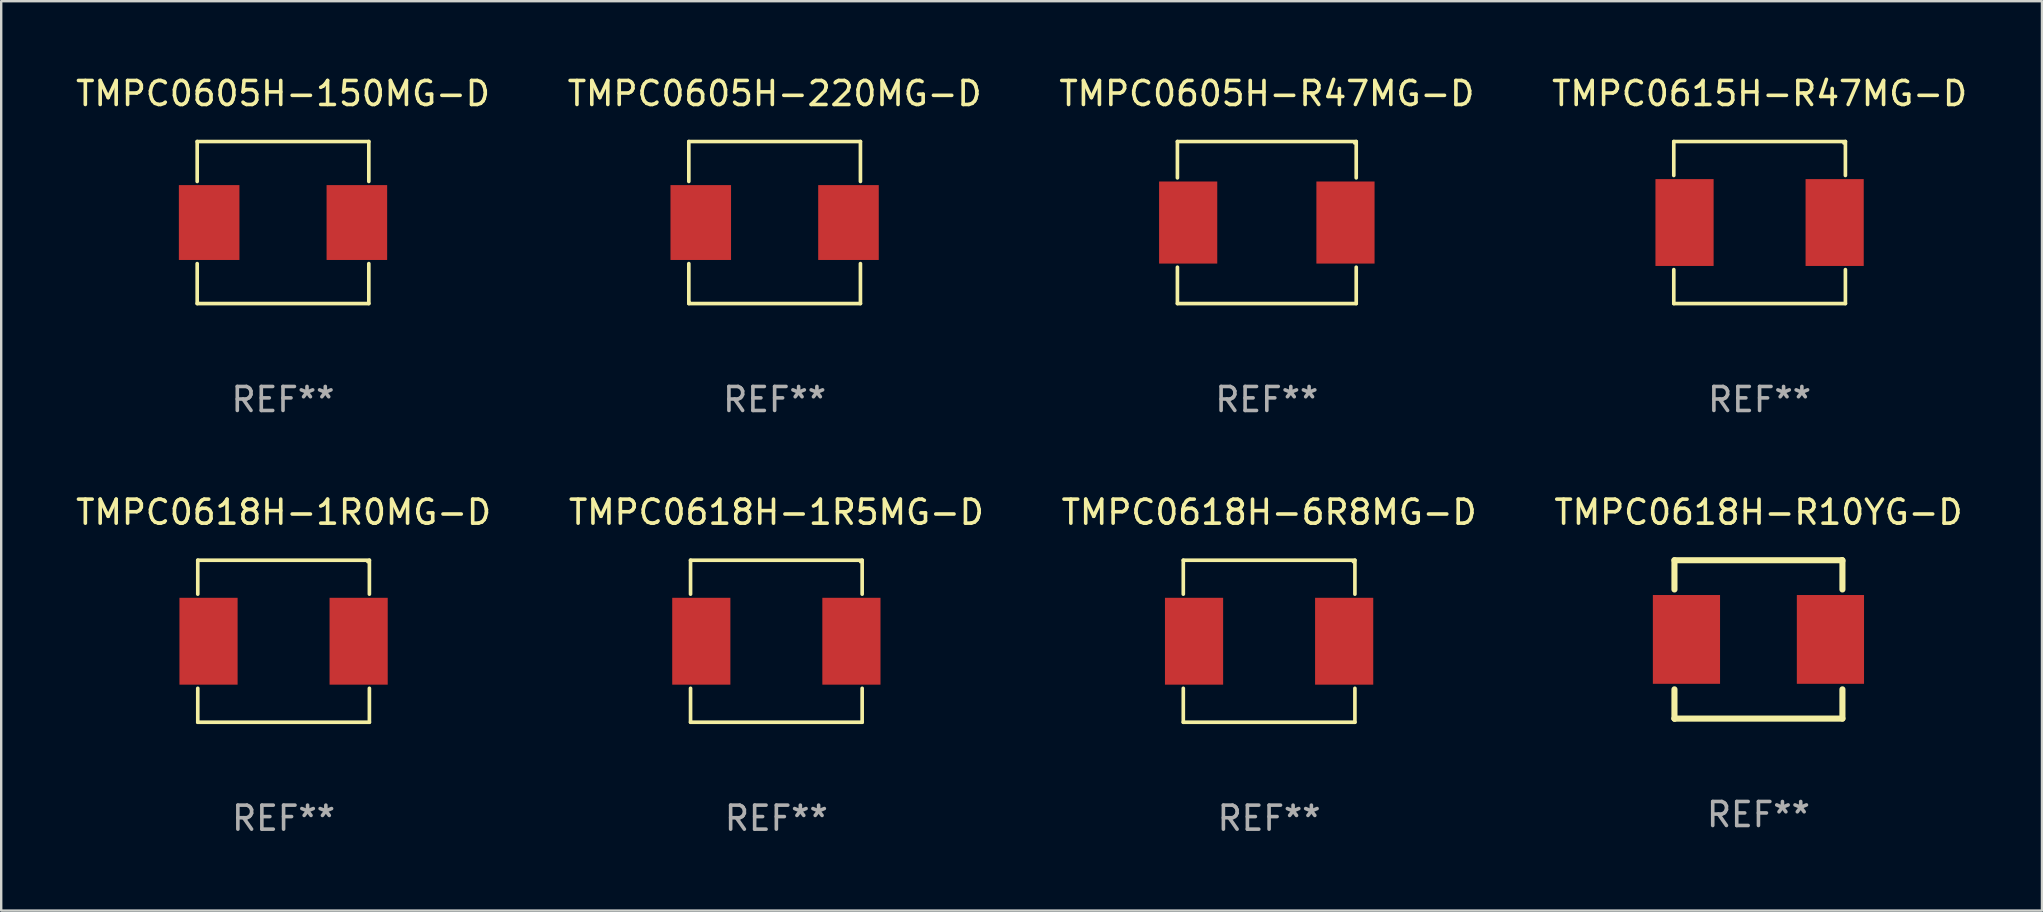
<source format=kicad_pcb>
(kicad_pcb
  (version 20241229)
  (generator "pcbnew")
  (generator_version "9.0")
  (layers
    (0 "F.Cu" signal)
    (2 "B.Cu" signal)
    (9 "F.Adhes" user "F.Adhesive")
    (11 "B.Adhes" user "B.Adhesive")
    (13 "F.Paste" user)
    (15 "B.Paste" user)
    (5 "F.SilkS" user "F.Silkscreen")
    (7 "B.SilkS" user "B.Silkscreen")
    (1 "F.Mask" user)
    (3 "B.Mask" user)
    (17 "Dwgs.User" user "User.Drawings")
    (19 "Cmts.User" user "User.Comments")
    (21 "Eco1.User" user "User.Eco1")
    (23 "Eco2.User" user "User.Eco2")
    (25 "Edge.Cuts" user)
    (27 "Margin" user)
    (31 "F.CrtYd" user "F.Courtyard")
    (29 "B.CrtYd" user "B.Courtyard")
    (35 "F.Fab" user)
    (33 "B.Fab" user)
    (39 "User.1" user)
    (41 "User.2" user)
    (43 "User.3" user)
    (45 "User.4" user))
  (footprint "TMPC0605H-220MG-D"
    (layer "F.Cu")
    (at 29.232 6.224)
    (property "Reference" "TMPC0605H-220MG-D" (at 0 -5.376 0) (layer "F.SilkS") (effects (font (size 1 1) (thickness 0.15))))
    (attr through_hole)
    (fp_line (start -3.576 -3.376) (end 3.576 -3.376) (stroke (width 0.152) (type solid)) (layer "F.SilkS"))
    (fp_line (start -3.576 -1.712) (end -3.576 -3.376) (stroke (width 0.152) (type solid)) (layer "F.SilkS"))
    (fp_line (start -3.576 1.712) (end -3.576 3.376) (stroke (width 0.152) (type solid)) (layer "F.SilkS"))
    (fp_line (start -3.576 3.376) (end 3.576 3.376) (stroke (width 0.152) (type solid)) (layer "F.SilkS"))
    (fp_line (start 3.576 -3.376) (end 3.576 -1.712) (stroke (width 0.152) (type solid)) (layer "F.SilkS"))
    (fp_line (start 3.576 3.376) (end 3.576 1.712) (stroke (width 0.152) (type solid)) (layer "F.SilkS"))
    (fp_circle (center -3.552 3.307) (end -3.522 3.307) (stroke (width 0.06) (type solid)) (fill no) (layer "F.SilkS"))
    (fp_text user "REF**" (at 0 7.376 0) (layer "F.Fab") (effects (font (size 1 1) (thickness 0.15))))
    (pad "1" smd rect (at -3.078 0) (size 2.524 3.12) (layers "F.Cu" "F.Mask" "F.Paste"))
    (pad "2" smd rect (at 3.078 0) (size 2.524 3.12) (layers "F.Cu" "F.Mask" "F.Paste")))
  (footprint "TMPC0618H-1R5MG-D"
    (layer "F.Cu")
    (at 29.304 23.673)
    (property "Reference" "TMPC0618H-1R5MG-D" (at 0 -5.376 0) (layer "F.SilkS") (effects (font (size 1 1) (thickness 0.15))))
    (attr through_hole)
    (fp_line (start -3.576 -3.376) (end 3.576 -3.376) (stroke (width 0.152) (type solid)) (layer "F.SilkS"))
    (fp_line (start -3.576 -1.962) (end -3.576 -3.376) (stroke (width 0.152) (type solid)) (layer "F.SilkS"))
    (fp_line (start -3.576 1.962) (end -3.576 3.376) (stroke (width 0.152) (type solid)) (layer "F.SilkS"))
    (fp_line (start -3.576 3.376) (end 3.576 3.376) (stroke (width 0.152) (type solid)) (layer "F.SilkS"))
    (fp_line (start 3.576 -3.376) (end 3.576 -1.962) (stroke (width 0.152) (type solid)) (layer "F.SilkS"))
    (fp_line (start 3.576 3.376) (end 3.576 1.962) (stroke (width 0.152) (type solid)) (layer "F.SilkS"))
    (fp_circle (center 3.5 -3.3) (end 3.53 -3.3) (stroke (width 0.06) (type solid)) (fill no) (layer "F.SilkS"))
    (fp_text user "REF**" (at 0 7.376 0) (layer "F.Fab") (effects (font (size 1 1) (thickness 0.15))))
    (pad "1" smd rect (at 3.128 0) (size 2.424 3.62) (layers "F.Cu" "F.Mask" "F.Paste"))
    (pad "2" smd rect (at -3.128 0) (size 2.424 3.62) (layers "F.Cu" "F.Mask" "F.Paste")))
  (footprint "TMPC0615H-R47MG-D"
    (layer "F.Cu")
    (at 70.28 6.224)
    (property "Reference" "TMPC0615H-R47MG-D" (at 0 -5.376 0) (layer "F.SilkS") (effects (font (size 1 1) (thickness 0.15))))
    (attr through_hole)
    (fp_line (start -3.576 -3.376) (end 3.576 -3.376) (stroke (width 0.152) (type solid)) (layer "F.SilkS"))
    (fp_line (start -3.576 -1.962) (end -3.576 -3.376) (stroke (width 0.152) (type solid)) (layer "F.SilkS"))
    (fp_line (start -3.576 1.962) (end -3.576 3.376) (stroke (width 0.152) (type solid)) (layer "F.SilkS"))
    (fp_line (start -3.576 3.376) (end 3.576 3.376) (stroke (width 0.152) (type solid)) (layer "F.SilkS"))
    (fp_line (start 3.576 -3.376) (end 3.576 -1.962) (stroke (width 0.152) (type solid)) (layer "F.SilkS"))
    (fp_line (start 3.576 3.376) (end 3.576 1.962) (stroke (width 0.152) (type solid)) (layer "F.SilkS"))
    (fp_circle (center 3.5 -3.3) (end 3.53 -3.3) (stroke (width 0.06) (type solid)) (fill no) (layer "F.SilkS"))
    (fp_text user "REF**" (at 0 7.376 0) (layer "F.Fab") (effects (font (size 1 1) (thickness 0.15))))
    (pad "1" smd rect (at 3.128 0) (size 2.424 3.62) (layers "F.Cu" "F.Mask" "F.Paste"))
    (pad "2" smd rect (at -3.128 0) (size 2.424 3.62) (layers "F.Cu" "F.Mask" "F.Paste")))
  (footprint "TMPC0618H-1R0MG-D"
    (layer "F.Cu")
    (at 8.768 23.673)
    (property "Reference" "TMPC0618H-1R0MG-D" (at 0 -5.376 0) (layer "F.SilkS") (effects (font (size 1 1) (thickness 0.15))))
    (attr through_hole)
    (fp_line (start -3.576 -3.376) (end 3.576 -3.376) (stroke (width 0.152) (type solid)) (layer "F.SilkS"))
    (fp_line (start -3.576 -1.962) (end -3.576 -3.376) (stroke (width 0.152) (type solid)) (layer "F.SilkS"))
    (fp_line (start -3.576 1.962) (end -3.576 3.376) (stroke (width 0.152) (type solid)) (layer "F.SilkS"))
    (fp_line (start -3.576 3.376) (end 3.576 3.376) (stroke (width 0.152) (type solid)) (layer "F.SilkS"))
    (fp_line (start 3.576 -3.376) (end 3.576 -1.962) (stroke (width 0.152) (type solid)) (layer "F.SilkS"))
    (fp_line (start 3.576 3.376) (end 3.576 1.962) (stroke (width 0.152) (type solid)) (layer "F.SilkS"))
    (fp_circle (center 3.5 -3.3) (end 3.53 -3.3) (stroke (width 0.06) (type solid)) (fill no) (layer "F.SilkS"))
    (fp_text user "REF**" (at 0 7.376 0) (layer "F.Fab") (effects (font (size 1 1) (thickness 0.15))))
    (pad "1" smd rect (at 3.128 0) (size 2.424 3.62) (layers "F.Cu" "F.Mask" "F.Paste"))
    (pad "2" smd rect (at -3.128 0) (size 2.424 3.62) (layers "F.Cu" "F.Mask" "F.Paste")))
  (footprint "TMPC0618H-6R8MG-D"
    (layer "F.Cu")
    (at 49.839 23.673)
    (property "Reference" "TMPC0618H-6R8MG-D" (at 0 -5.376 0) (layer "F.SilkS") (effects (font (size 1 1) (thickness 0.15))))
    (attr through_hole)
    (fp_line (start -3.576 -3.376) (end 3.576 -3.376) (stroke (width 0.152) (type solid)) (layer "F.SilkS"))
    (fp_line (start -3.576 -1.962) (end -3.576 -3.376) (stroke (width 0.152) (type solid)) (layer "F.SilkS"))
    (fp_line (start -3.576 1.962) (end -3.576 3.376) (stroke (width 0.152) (type solid)) (layer "F.SilkS"))
    (fp_line (start -3.576 3.376) (end 3.576 3.376) (stroke (width 0.152) (type solid)) (layer "F.SilkS"))
    (fp_line (start 3.576 -3.376) (end 3.576 -1.962) (stroke (width 0.152) (type solid)) (layer "F.SilkS"))
    (fp_line (start 3.576 3.376) (end 3.576 1.962) (stroke (width 0.152) (type solid)) (layer "F.SilkS"))
    (fp_circle (center 3.5 -3.3) (end 3.53 -3.3) (stroke (width 0.06) (type solid)) (fill no) (layer "F.SilkS"))
    (fp_text user "REF**" (at 0 7.376 0) (layer "F.Fab") (effects (font (size 1 1) (thickness 0.15))))
    (pad "1" smd rect (at 3.128 0) (size 2.424 3.62) (layers "F.Cu" "F.Mask" "F.Paste"))
    (pad "2" smd rect (at -3.128 0) (size 2.424 3.62) (layers "F.Cu" "F.Mask" "F.Paste")))
  (footprint "TMPC0618H-R10YG-D"
    (layer "F.Cu")
    (at 70.232 23.597)
    (property "Reference" "TMPC0618H-R10YG-D" (at 0 -5.3 0) (layer "F.SilkS") (effects (font (size 1 1) (thickness 0.15))))
    (attr through_hole)
    (fp_line (start -3.5 -3.3) (end 3.48 -3.3) (stroke (width 0.254) (type solid)) (layer "F.SilkS"))
    (fp_line (start -3.5 -2.081) (end -3.5 -3.3) (stroke (width 0.254) (type solid)) (layer "F.SilkS"))
    (fp_line (start -3.5 3.3) (end -3.5 2.081) (stroke (width 0.254) (type solid)) (layer "F.SilkS"))
    (fp_line (start -3.49 3.3) (end -3.5 3.3) (stroke (width 0.254) (type solid)) (layer "F.SilkS"))
    (fp_line (start 3.48 -3.3) (end 3.5 -3.28) (stroke (width 0.254) (type solid)) (layer "F.SilkS"))
    (fp_line (start 3.5 -3.3) (end 3.5 -2.081) (stroke (width 0.254) (type solid)) (layer "F.SilkS"))
    (fp_line (start 3.5 2.081) (end 3.5 3.3) (stroke (width 0.254) (type solid)) (layer "F.SilkS"))
    (fp_line (start 3.5 3.3) (end -3.49 3.3) (stroke (width 0.254) (type solid)) (layer "F.SilkS"))
    (fp_circle (center -3.5 3.3) (end -3.47 3.3) (stroke (width 0.06) (type solid)) (fill no) (layer "F.SilkS"))
    (fp_text user "REF**" (at 0 7.3 0) (layer "F.Fab") (effects (font (size 1 1) (thickness 0.15))))
    (pad "1" smd rect (at -3 0) (size 2.8 3.7) (layers "F.Cu" "F.Mask" "F.Paste"))
    (pad "2" smd rect (at 3 0) (size 2.8 3.7) (layers "F.Cu" "F.Mask" "F.Paste")))
  (footprint "TMPC0605H-150MG-D"
    (layer "F.Cu")
    (at 8.744 6.224)
    (property "Reference" "TMPC0605H-150MG-D" (at 0 -5.376 0) (layer "F.SilkS") (effects (font (size 1 1) (thickness 0.15))))
    (attr through_hole)
    (fp_line (start -3.576 -3.376) (end 3.576 -3.376) (stroke (width 0.152) (type solid)) (layer "F.SilkS"))
    (fp_line (start -3.576 -1.712) (end -3.576 -3.376) (stroke (width 0.152) (type solid)) (layer "F.SilkS"))
    (fp_line (start -3.576 1.712) (end -3.576 3.376) (stroke (width 0.152) (type solid)) (layer "F.SilkS"))
    (fp_line (start -3.576 3.376) (end 3.576 3.376) (stroke (width 0.152) (type solid)) (layer "F.SilkS"))
    (fp_line (start 3.576 -3.376) (end 3.576 -1.712) (stroke (width 0.152) (type solid)) (layer "F.SilkS"))
    (fp_line (start 3.576 3.376) (end 3.576 1.712) (stroke (width 0.152) (type solid)) (layer "F.SilkS"))
    (fp_circle (center -3.552 3.307) (end -3.522 3.307) (stroke (width 0.06) (type solid)) (fill no) (layer "F.SilkS"))
    (fp_text user "REF**" (at 0 7.376 0) (layer "F.Fab") (effects (font (size 1 1) (thickness 0.15))))
    (pad "1" smd rect (at -3.078 0) (size 2.524 3.12) (layers "F.Cu" "F.Mask" "F.Paste"))
    (pad "2" smd rect (at 3.078 0) (size 2.524 3.12) (layers "F.Cu" "F.Mask" "F.Paste")))
  (footprint "TMPC0605H-R47MG-D"
    (layer "F.Cu")
    (at 49.744 6.224)
    (property "Reference" "TMPC0605H-R47MG-D" (at 0 -5.376 0) (layer "F.SilkS") (effects (font (size 1 1) (thickness 0.15))))
    (attr through_hole)
    (fp_line (start -3.726 -3.376) (end 3.726 -3.376) (stroke (width 0.152) (type solid)) (layer "F.SilkS"))
    (fp_line (start -3.726 -1.862) (end -3.726 -3.376) (stroke (width 0.152) (type solid)) (layer "F.SilkS"))
    (fp_line (start -3.726 1.862) (end -3.726 3.376) (stroke (width 0.152) (type solid)) (layer "F.SilkS"))
    (fp_line (start -3.726 3.376) (end 3.726 3.376) (stroke (width 0.152) (type solid)) (layer "F.SilkS"))
    (fp_line (start 3.726 -3.376) (end 3.726 -1.862) (stroke (width 0.152) (type solid)) (layer "F.SilkS"))
    (fp_line (start 3.726 3.376) (end 3.726 1.862) (stroke (width 0.152) (type solid)) (layer "F.SilkS"))
    (fp_circle (center 3.65 -3.3) (end 3.68 -3.3) (stroke (width 0.06) (type solid)) (fill no) (layer "F.SilkS"))
    (fp_text user "REF**" (at 0 7.376 0) (layer "F.Fab") (effects (font (size 1 1) (thickness 0.15))))
    (pad "1" smd rect (at 3.278 0) (size 2.424 3.42) (layers "F.Cu" "F.Mask" "F.Paste"))
    (pad "2" smd rect (at -3.278 0) (size 2.424 3.42) (layers "F.Cu" "F.Mask" "F.Paste")))
  (gr_rect
    (start -3 -3)
    (end 82.048 34.898)
    (stroke (width 0.1) (type default))
    (fill no)
    (layer "Edge.Cuts")))
</source>
